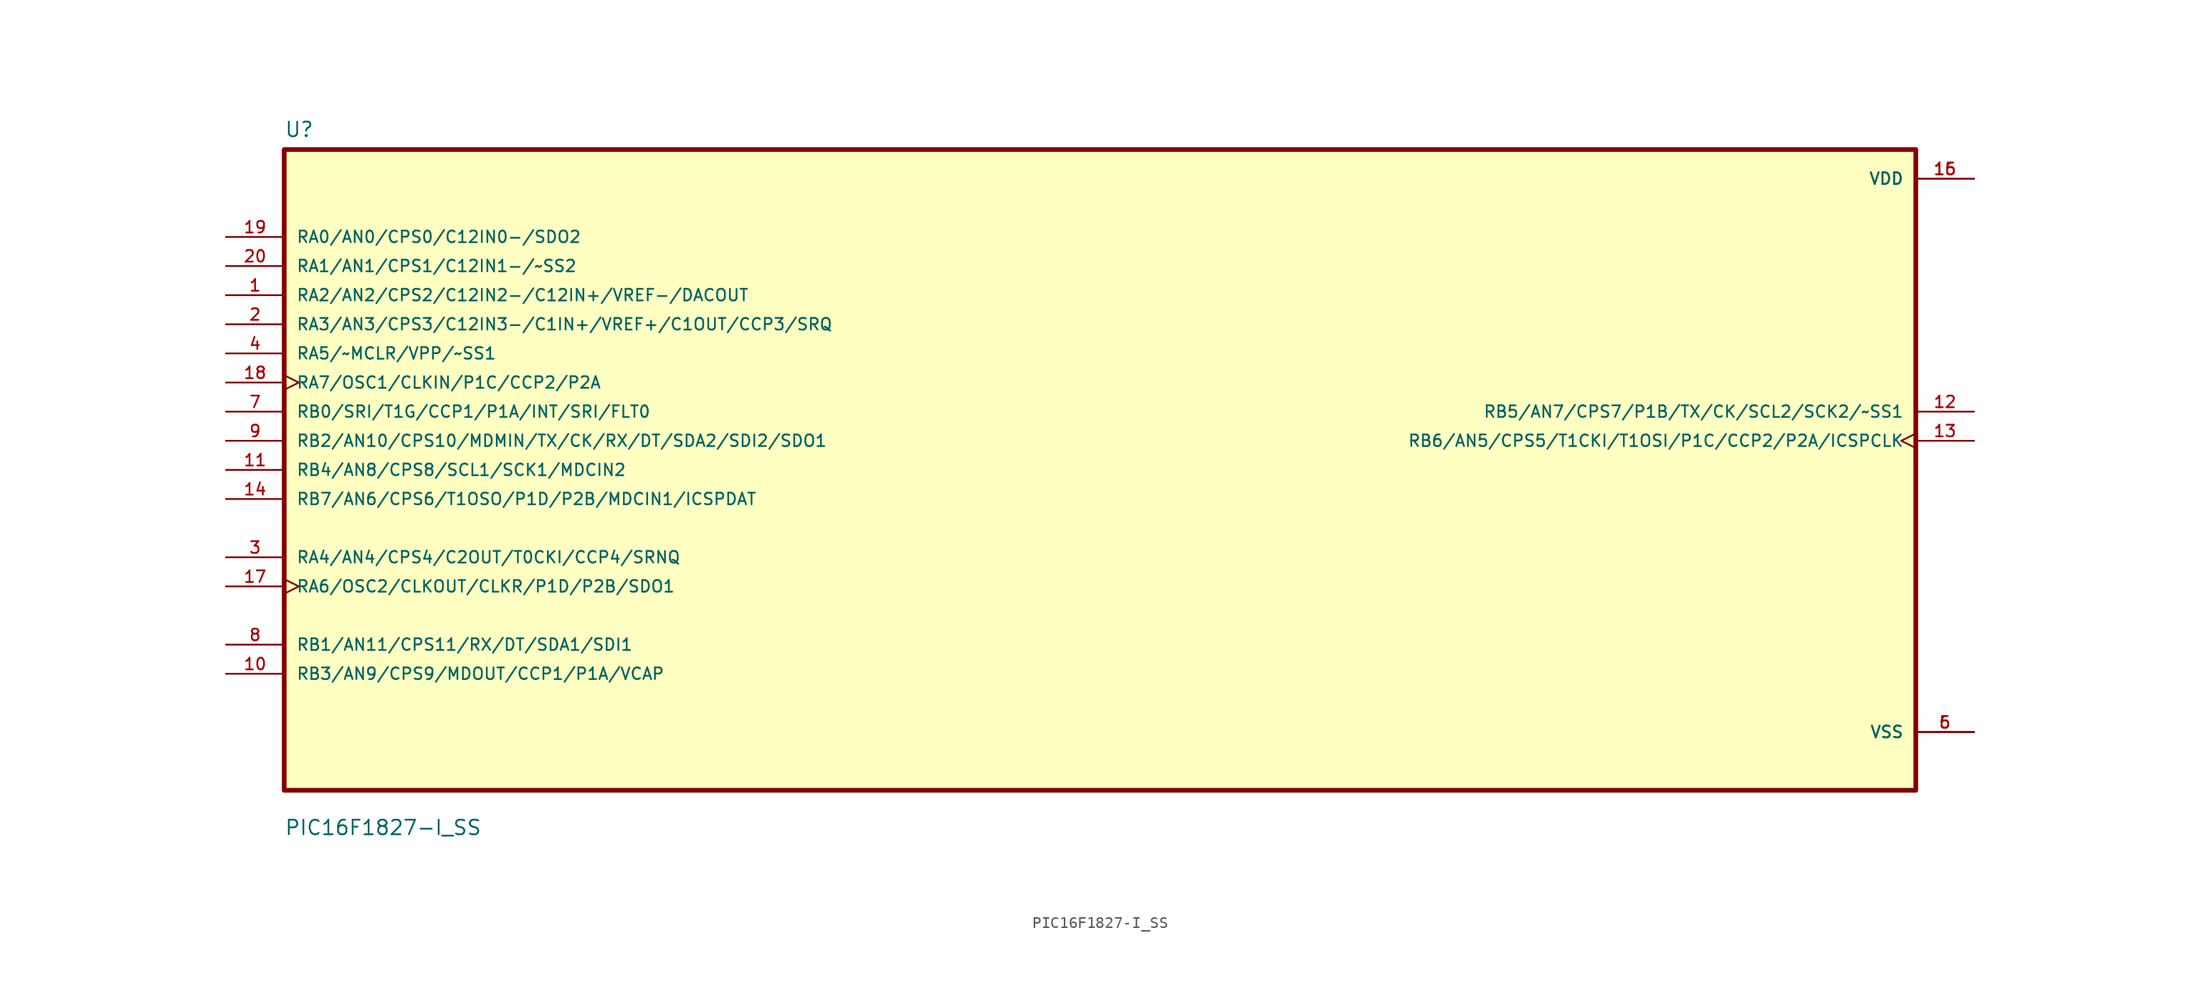
<source format=kicad_sym>
(kicad_symbol_lib
  (version 20211014)
  (generator kicad_symbol_editor)
  (symbol "PIC16F1827-I_SS"
    (pin_names
      (offset 1.016))
    (property "Reference" "U"
      (at -71.12 28.94 0.0)
      (effects (font (size 1.27 1.27)) (justify bottom left)))
    (property "Value" "PIC16F1827-I_SS"
      (at -71.12 -31.94 0.0)
      (effects (font (size 1.27 1.27)) (justify bottom left)))
    (symbol "PIC16F1827-I_SS_0_0"
      (rectangle (start -71.12 -27.94) (end 71.12 27.94) (stroke (width 0.41)) (fill (type background)))
      (pin input line (at -76.2 20.32 0) (length 5.08) (name "RA0/AN0/CPS0/C12IN0-/SDO2" (effects (font (size 1.016 1.016)))) (number "19" (effects (font (size 1.016 1.016)))))
      (pin input line (at -76.2 17.78 0) (length 5.08) (name "RA1/AN1/CPS1/C12IN1-/~SS2" (effects (font (size 1.016 1.016)))) (number "20" (effects (font (size 1.016 1.016)))))
      (pin input line (at -76.2 15.24 0) (length 5.08) (name "RA2/AN2/CPS2/C12IN2-/C12IN+/VREF-/DACOUT" (effects (font (size 1.016 1.016)))) (number "1" (effects (font (size 1.016 1.016)))))
      (pin input line (at -76.2 12.7 0) (length 5.08) (name "RA3/AN3/CPS3/C12IN3-/C1IN+/VREF+/C1OUT/CCP3/SRQ" (effects (font (size 1.016 1.016)))) (number "2" (effects (font (size 1.016 1.016)))))
      (pin input line (at -76.2 10.16 0) (length 5.08) (name "RA5/~MCLR/VPP/~SS1" (effects (font (size 1.016 1.016)))) (number "4" (effects (font (size 1.016 1.016)))))
      (pin input clock (at -76.2 7.62 0) (length 5.08) (name "RA7/OSC1/CLKIN/P1C/CCP2/P2A" (effects (font (size 1.016 1.016)))) (number "18" (effects (font (size 1.016 1.016)))))
      (pin input line (at -76.2 5.08 0) (length 5.08) (name "RB0/SRI/T1G/CCP1/P1A/INT/SRI/FLT0" (effects (font (size 1.016 1.016)))) (number "7" (effects (font (size 1.016 1.016)))))
      (pin input line (at -76.2 2.54 0) (length 5.08) (name "RB2/AN10/CPS10/MDMIN/TX/CK/RX/DT/SDA2/SDI2/SDO1" (effects (font (size 1.016 1.016)))) (number "9" (effects (font (size 1.016 1.016)))))
      (pin input line (at -76.2 3.55271e-15 0) (length 5.08) (name "RB4/AN8/CPS8/SCL1/SCK1/MDCIN2" (effects (font (size 1.016 1.016)))) (number "11" (effects (font (size 1.016 1.016)))))
      (pin input line (at -76.2 -2.54 0) (length 5.08) (name "RB7/AN6/CPS6/T1OSO/P1D/P2B/MDCIN1/ICSPDAT" (effects (font (size 1.016 1.016)))) (number "14" (effects (font (size 1.016 1.016)))))
      (pin bidirectional line (at -76.2 -7.62 0) (length 5.08) (name "RA4/AN4/CPS4/C2OUT/T0CKI/CCP4/SRNQ" (effects (font (size 1.016 1.016)))) (number "3" (effects (font (size 1.016 1.016)))))
      (pin bidirectional clock (at -76.2 -10.16 0) (length 5.08) (name "RA6/OSC2/CLKOUT/CLKR/P1D/P2B/SDO1" (effects (font (size 1.016 1.016)))) (number "17" (effects (font (size 1.016 1.016)))))
      (pin bidirectional line (at -76.2 -15.24 0) (length 5.08) (name "RB1/AN11/CPS11/RX/DT/SDA1/SDI1" (effects (font (size 1.016 1.016)))) (number "8" (effects (font (size 1.016 1.016)))))
      (pin bidirectional line (at -76.2 -17.78 0) (length 5.08) (name "RB3/AN9/CPS9/MDOUT/CCP1/P1A/VCAP" (effects (font (size 1.016 1.016)))) (number "10" (effects (font (size 1.016 1.016)))))
      (pin power_in line (at 76.2 25.4 180.0) (length 5.08) (name "VDD" (effects (font (size 1.016 1.016)))) (number "15" (effects (font (size 1.016 1.016)))))
      (pin power_in line (at 76.2 25.4 180.0) (length 5.08) (name "VDD" (effects (font (size 1.016 1.016)))) (number "16" (effects (font (size 1.016 1.016)))))
      (pin bidirectional line (at 76.2 5.08 180.0) (length 5.08) (name "RB5/AN7/CPS7/P1B/TX/CK/SCL2/SCK2/~SS1" (effects (font (size 1.016 1.016)))) (number "12" (effects (font (size 1.016 1.016)))))
      (pin bidirectional clock (at 76.2 2.54 180.0) (length 5.08) (name "RB6/AN5/CPS5/T1CKI/T1OSI/P1C/CCP2/P2A/ICSPCLK" (effects (font (size 1.016 1.016)))) (number "13" (effects (font (size 1.016 1.016)))))
      (pin power_in line (at 76.2 -22.86 180.0) (length 5.08) (name "VSS" (effects (font (size 1.016 1.016)))) (number "5" (effects (font (size 1.016 1.016)))))
      (pin power_in line (at 76.2 -22.86 180.0) (length 5.08) (name "VSS" (effects (font (size 1.016 1.016)))) (number "6" (effects (font (size 1.016 1.016))))))))
</source>
